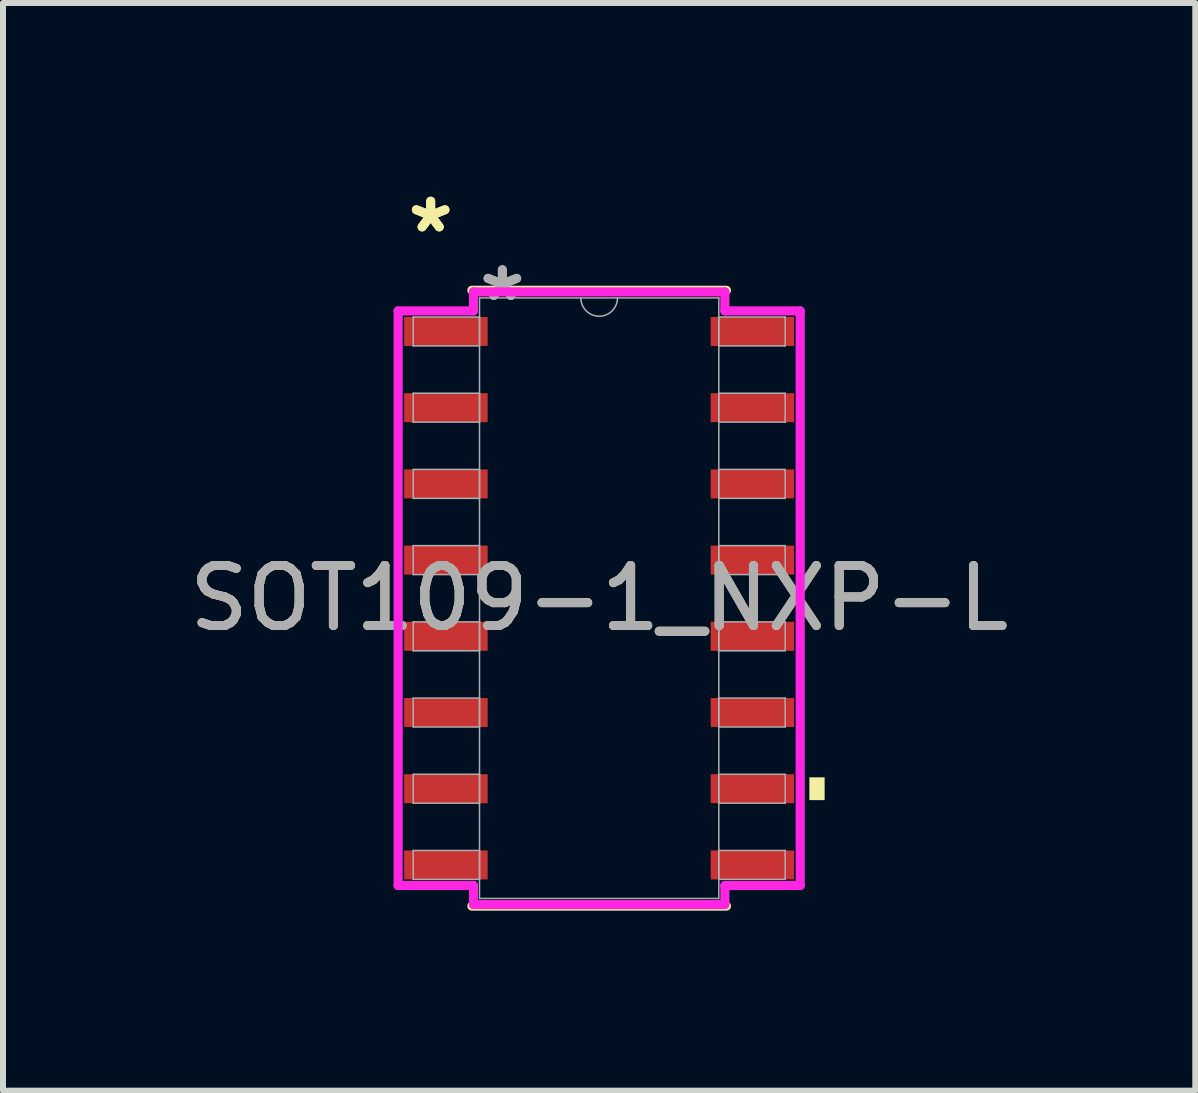
<source format=kicad_pcb>
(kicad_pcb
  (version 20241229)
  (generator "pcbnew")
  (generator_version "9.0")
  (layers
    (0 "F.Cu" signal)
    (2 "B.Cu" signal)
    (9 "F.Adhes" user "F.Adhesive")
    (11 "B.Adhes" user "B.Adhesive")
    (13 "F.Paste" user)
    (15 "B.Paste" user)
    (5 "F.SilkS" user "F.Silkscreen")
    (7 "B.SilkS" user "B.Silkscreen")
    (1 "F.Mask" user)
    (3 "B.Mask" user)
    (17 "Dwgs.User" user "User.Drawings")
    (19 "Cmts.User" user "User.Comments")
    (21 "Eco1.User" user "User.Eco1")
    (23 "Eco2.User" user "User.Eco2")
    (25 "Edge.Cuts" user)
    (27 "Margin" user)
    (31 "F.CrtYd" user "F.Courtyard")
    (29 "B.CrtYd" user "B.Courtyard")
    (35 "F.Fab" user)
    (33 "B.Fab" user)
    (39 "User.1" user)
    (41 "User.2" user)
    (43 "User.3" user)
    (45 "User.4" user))
  (footprint "SOT109-1_NXP-L"
    (layer "F.Cu")
    (at 6.935 6.919)
    (property "Reference" "SOT109-1_NXP-L" (at 0 0 0) (unlocked yes) (layer "F.SilkS") (effects (font (size 1 1) (thickness 0.15))))
    (attr smd)
    (fp_line (start -2.121 5.131) (end 2.121 5.131) (stroke (width 0.152) (type solid)) (layer "F.SilkS"))
    (fp_line (start 2.121 -5.131) (end -2.121 -5.131) (stroke (width 0.152) (type solid)) (layer "F.SilkS"))
    (fp_poly (pts (xy 3.757 2.985) (xy 3.757 3.365) (xy 3.503 3.365) (xy 3.503 2.985)) (stroke (width 0) (type solid)) (fill yes) (layer "F.SilkS"))
    (fp_line (start -3.35 -4.788) (end -2.095 -4.788) (stroke (width 0.152) (type solid)) (layer "F.CrtYd"))
    (fp_line (start -3.35 4.788) (end -3.35 -4.788) (stroke (width 0.152) (type solid)) (layer "F.CrtYd"))
    (fp_line (start -3.35 4.788) (end -2.095 4.788) (stroke (width 0.152) (type solid)) (layer "F.CrtYd"))
    (fp_line (start -2.095 -5.105) (end 2.095 -5.105) (stroke (width 0.152) (type solid)) (layer "F.CrtYd"))
    (fp_line (start -2.095 -4.788) (end -2.095 -5.105) (stroke (width 0.152) (type solid)) (layer "F.CrtYd"))
    (fp_line (start -2.095 5.105) (end -2.095 4.788) (stroke (width 0.152) (type solid)) (layer "F.CrtYd"))
    (fp_line (start 2.095 -5.105) (end 2.095 -4.788) (stroke (width 0.152) (type solid)) (layer "F.CrtYd"))
    (fp_line (start 2.095 4.788) (end 2.095 5.105) (stroke (width 0.152) (type solid)) (layer "F.CrtYd"))
    (fp_line (start 2.095 5.105) (end -2.095 5.105) (stroke (width 0.152) (type solid)) (layer "F.CrtYd"))
    (fp_line (start 3.35 -4.788) (end 2.095 -4.788) (stroke (width 0.152) (type solid)) (layer "F.CrtYd"))
    (fp_line (start 3.35 -4.788) (end 3.35 4.788) (stroke (width 0.152) (type solid)) (layer "F.CrtYd"))
    (fp_line (start 3.35 4.788) (end 2.095 4.788) (stroke (width 0.152) (type solid)) (layer "F.CrtYd"))
    (fp_line (start -3.099 -4.686) (end -3.099 -4.204) (stroke (width 0.025) (type solid)) (layer "F.Fab"))
    (fp_line (start -3.099 -4.204) (end -1.994 -4.204) (stroke (width 0.025) (type solid)) (layer "F.Fab"))
    (fp_line (start -3.099 -3.416) (end -3.099 -2.934) (stroke (width 0.025) (type solid)) (layer "F.Fab"))
    (fp_line (start -3.099 -2.934) (end -1.994 -2.934) (stroke (width 0.025) (type solid)) (layer "F.Fab"))
    (fp_line (start -3.099 -2.146) (end -3.099 -1.664) (stroke (width 0.025) (type solid)) (layer "F.Fab"))
    (fp_line (start -3.099 -1.664) (end -1.994 -1.664) (stroke (width 0.025) (type solid)) (layer "F.Fab"))
    (fp_line (start -3.099 -0.876) (end -3.099 -0.394) (stroke (width 0.025) (type solid)) (layer "F.Fab"))
    (fp_line (start -3.099 -0.394) (end -1.994 -0.394) (stroke (width 0.025) (type solid)) (layer "F.Fab"))
    (fp_line (start -3.099 0.394) (end -3.099 0.876) (stroke (width 0.025) (type solid)) (layer "F.Fab"))
    (fp_line (start -3.099 0.876) (end -1.994 0.876) (stroke (width 0.025) (type solid)) (layer "F.Fab"))
    (fp_line (start -3.099 1.664) (end -3.099 2.146) (stroke (width 0.025) (type solid)) (layer "F.Fab"))
    (fp_line (start -3.099 2.146) (end -1.994 2.146) (stroke (width 0.025) (type solid)) (layer "F.Fab"))
    (fp_line (start -3.099 2.934) (end -3.099 3.416) (stroke (width 0.025) (type solid)) (layer "F.Fab"))
    (fp_line (start -3.099 3.416) (end -1.994 3.416) (stroke (width 0.025) (type solid)) (layer "F.Fab"))
    (fp_line (start -3.099 4.204) (end -3.099 4.686) (stroke (width 0.025) (type solid)) (layer "F.Fab"))
    (fp_line (start -3.099 4.686) (end -1.994 4.686) (stroke (width 0.025) (type solid)) (layer "F.Fab"))
    (fp_line (start -1.994 -5.004) (end -1.994 5.004) (stroke (width 0.025) (type solid)) (layer "F.Fab"))
    (fp_line (start -1.994 -4.686) (end -3.099 -4.686) (stroke (width 0.025) (type solid)) (layer "F.Fab"))
    (fp_line (start -1.994 -4.204) (end -1.994 -4.686) (stroke (width 0.025) (type solid)) (layer "F.Fab"))
    (fp_line (start -1.994 -3.416) (end -3.099 -3.416) (stroke (width 0.025) (type solid)) (layer "F.Fab"))
    (fp_line (start -1.994 -2.934) (end -1.994 -3.416) (stroke (width 0.025) (type solid)) (layer "F.Fab"))
    (fp_line (start -1.994 -2.146) (end -3.099 -2.146) (stroke (width 0.025) (type solid)) (layer "F.Fab"))
    (fp_line (start -1.994 -1.664) (end -1.994 -2.146) (stroke (width 0.025) (type solid)) (layer "F.Fab"))
    (fp_line (start -1.994 -0.876) (end -3.099 -0.876) (stroke (width 0.025) (type solid)) (layer "F.Fab"))
    (fp_line (start -1.994 -0.394) (end -1.994 -0.876) (stroke (width 0.025) (type solid)) (layer "F.Fab"))
    (fp_line (start -1.994 0.394) (end -3.099 0.394) (stroke (width 0.025) (type solid)) (layer "F.Fab"))
    (fp_line (start -1.994 0.876) (end -1.994 0.394) (stroke (width 0.025) (type solid)) (layer "F.Fab"))
    (fp_line (start -1.994 1.664) (end -3.099 1.664) (stroke (width 0.025) (type solid)) (layer "F.Fab"))
    (fp_line (start -1.994 2.146) (end -1.994 1.664) (stroke (width 0.025) (type solid)) (layer "F.Fab"))
    (fp_line (start -1.994 2.934) (end -3.099 2.934) (stroke (width 0.025) (type solid)) (layer "F.Fab"))
    (fp_line (start -1.994 3.416) (end -1.994 2.934) (stroke (width 0.025) (type solid)) (layer "F.Fab"))
    (fp_line (start -1.994 4.204) (end -3.099 4.204) (stroke (width 0.025) (type solid)) (layer "F.Fab"))
    (fp_line (start -1.994 4.686) (end -1.994 4.204) (stroke (width 0.025) (type solid)) (layer "F.Fab"))
    (fp_line (start -1.994 5.004) (end 1.994 5.004) (stroke (width 0.025) (type solid)) (layer "F.Fab"))
    (fp_line (start 1.994 -5.004) (end -1.994 -5.004) (stroke (width 0.025) (type solid)) (layer "F.Fab"))
    (fp_line (start 1.994 -4.686) (end 1.994 -4.204) (stroke (width 0.025) (type solid)) (layer "F.Fab"))
    (fp_line (start 1.994 -4.204) (end 3.099 -4.204) (stroke (width 0.025) (type solid)) (layer "F.Fab"))
    (fp_line (start 1.994 -3.416) (end 1.994 -2.934) (stroke (width 0.025) (type solid)) (layer "F.Fab"))
    (fp_line (start 1.994 -2.934) (end 3.099 -2.934) (stroke (width 0.025) (type solid)) (layer "F.Fab"))
    (fp_line (start 1.994 -2.146) (end 1.994 -1.664) (stroke (width 0.025) (type solid)) (layer "F.Fab"))
    (fp_line (start 1.994 -1.664) (end 3.099 -1.664) (stroke (width 0.025) (type solid)) (layer "F.Fab"))
    (fp_line (start 1.994 -0.876) (end 1.994 -0.394) (stroke (width 0.025) (type solid)) (layer "F.Fab"))
    (fp_line (start 1.994 -0.394) (end 3.099 -0.394) (stroke (width 0.025) (type solid)) (layer "F.Fab"))
    (fp_line (start 1.994 0.394) (end 1.994 0.876) (stroke (width 0.025) (type solid)) (layer "F.Fab"))
    (fp_line (start 1.994 0.876) (end 3.099 0.876) (stroke (width 0.025) (type solid)) (layer "F.Fab"))
    (fp_line (start 1.994 1.664) (end 1.994 2.146) (stroke (width 0.025) (type solid)) (layer "F.Fab"))
    (fp_line (start 1.994 2.146) (end 3.099 2.146) (stroke (width 0.025) (type solid)) (layer "F.Fab"))
    (fp_line (start 1.994 2.934) (end 1.994 3.416) (stroke (width 0.025) (type solid)) (layer "F.Fab"))
    (fp_line (start 1.994 3.416) (end 3.099 3.416) (stroke (width 0.025) (type solid)) (layer "F.Fab"))
    (fp_line (start 1.994 4.204) (end 1.994 4.686) (stroke (width 0.025) (type solid)) (layer "F.Fab"))
    (fp_line (start 1.994 4.686) (end 3.099 4.686) (stroke (width 0.025) (type solid)) (layer "F.Fab"))
    (fp_line (start 1.994 5.004) (end 1.994 -5.004) (stroke (width 0.025) (type solid)) (layer "F.Fab"))
    (fp_line (start 3.099 -4.686) (end 1.994 -4.686) (stroke (width 0.025) (type solid)) (layer "F.Fab"))
    (fp_line (start 3.099 -4.204) (end 3.099 -4.686) (stroke (width 0.025) (type solid)) (layer "F.Fab"))
    (fp_line (start 3.099 -3.416) (end 1.994 -3.416) (stroke (width 0.025) (type solid)) (layer "F.Fab"))
    (fp_line (start 3.099 -2.934) (end 3.099 -3.416) (stroke (width 0.025) (type solid)) (layer "F.Fab"))
    (fp_line (start 3.099 -2.146) (end 1.994 -2.146) (stroke (width 0.025) (type solid)) (layer "F.Fab"))
    (fp_line (start 3.099 -1.664) (end 3.099 -2.146) (stroke (width 0.025) (type solid)) (layer "F.Fab"))
    (fp_line (start 3.099 -0.876) (end 1.994 -0.876) (stroke (width 0.025) (type solid)) (layer "F.Fab"))
    (fp_line (start 3.099 -0.394) (end 3.099 -0.876) (stroke (width 0.025) (type solid)) (layer "F.Fab"))
    (fp_line (start 3.099 0.394) (end 1.994 0.394) (stroke (width 0.025) (type solid)) (layer "F.Fab"))
    (fp_line (start 3.099 0.876) (end 3.099 0.394) (stroke (width 0.025) (type solid)) (layer "F.Fab"))
    (fp_line (start 3.099 1.664) (end 1.994 1.664) (stroke (width 0.025) (type solid)) (layer "F.Fab"))
    (fp_line (start 3.099 2.146) (end 3.099 1.664) (stroke (width 0.025) (type solid)) (layer "F.Fab"))
    (fp_line (start 3.099 2.934) (end 1.994 2.934) (stroke (width 0.025) (type solid)) (layer "F.Fab"))
    (fp_line (start 3.099 3.416) (end 3.099 2.934) (stroke (width 0.025) (type solid)) (layer "F.Fab"))
    (fp_line (start 3.099 4.204) (end 1.994 4.204) (stroke (width 0.025) (type solid)) (layer "F.Fab"))
    (fp_line (start 3.099 4.686) (end 3.099 4.204) (stroke (width 0.025) (type solid)) (layer "F.Fab"))
    (fp_arc (start 0.3048 -5.0038) (mid 0 -4.699) (end -0.3048 -5.0038) (stroke (width 0.0254) (type solid)) (layer "F.Fab"))
    (fp_text user "*" (at -2.808 -6.071 0) (unlocked yes) (layer "F.SilkS") (effects (font (size 1 1) (thickness 0.15))))
    (fp_text user "*" (at -2.808 -6.071 0) (layer "F.SilkS") (effects (font (size 1 1) (thickness 0.15))))
    (fp_text user "*" (at -1.613 -4.928 0) (unlocked yes) (layer "F.Fab") (effects (font (size 1 1) (thickness 0.15))))
    (fp_text user "*" (at -1.613 -4.928 0) (layer "F.Fab") (effects (font (size 1 1) (thickness 0.15))))
    (fp_text user "${REFERENCE}" (at 0 0 0) (unlocked yes) (layer "F.Fab") (effects (font (size 1 1) (thickness 0.15))))
    (pad "1" smd rect (at -2.554 -4.445) (size 1.391 0.483) (layers "F.Cu" "F.Mask" "F.Paste"))
    (pad "2" smd rect (at -2.554 -3.175) (size 1.391 0.483) (layers "F.Cu" "F.Mask" "F.Paste"))
    (pad "3" smd rect (at -2.554 -1.905) (size 1.391 0.483) (layers "F.Cu" "F.Mask" "F.Paste"))
    (pad "4" smd rect (at -2.554 -0.635) (size 1.391 0.483) (layers "F.Cu" "F.Mask" "F.Paste"))
    (pad "5" smd rect (at -2.554 0.635) (size 1.391 0.483) (layers "F.Cu" "F.Mask" "F.Paste"))
    (pad "6" smd rect (at -2.554 1.905) (size 1.391 0.483) (layers "F.Cu" "F.Mask" "F.Paste"))
    (pad "7" smd rect (at -2.554 3.175) (size 1.391 0.483) (layers "F.Cu" "F.Mask" "F.Paste"))
    (pad "8" smd rect (at -2.554 4.445) (size 1.391 0.483) (layers "F.Cu" "F.Mask" "F.Paste"))
    (pad "9" smd rect (at 2.554 4.445) (size 1.391 0.483) (layers "F.Cu" "F.Mask" "F.Paste"))
    (pad "10" smd rect (at 2.554 3.175) (size 1.391 0.483) (layers "F.Cu" "F.Mask" "F.Paste"))
    (pad "11" smd rect (at 2.554 1.905) (size 1.391 0.483) (layers "F.Cu" "F.Mask" "F.Paste"))
    (pad "12" smd rect (at 2.554 0.635) (size 1.391 0.483) (layers "F.Cu" "F.Mask" "F.Paste"))
    (pad "13" smd rect (at 2.554 -0.635) (size 1.391 0.483) (layers "F.Cu" "F.Mask" "F.Paste"))
    (pad "14" smd rect (at 2.554 -1.905) (size 1.391 0.483) (layers "F.Cu" "F.Mask" "F.Paste"))
    (pad "15" smd rect (at 2.554 -3.175) (size 1.391 0.483) (layers "F.Cu" "F.Mask" "F.Paste"))
    (pad "16" smd rect (at 2.554 -4.445) (size 1.391 0.483) (layers "F.Cu" "F.Mask" "F.Paste")))
  (gr_rect
    (start -3 -3)
    (end 16.869 15.126)
    (stroke (width 0.1) (type default))
    (fill no)
    (layer "Edge.Cuts")))
</source>
